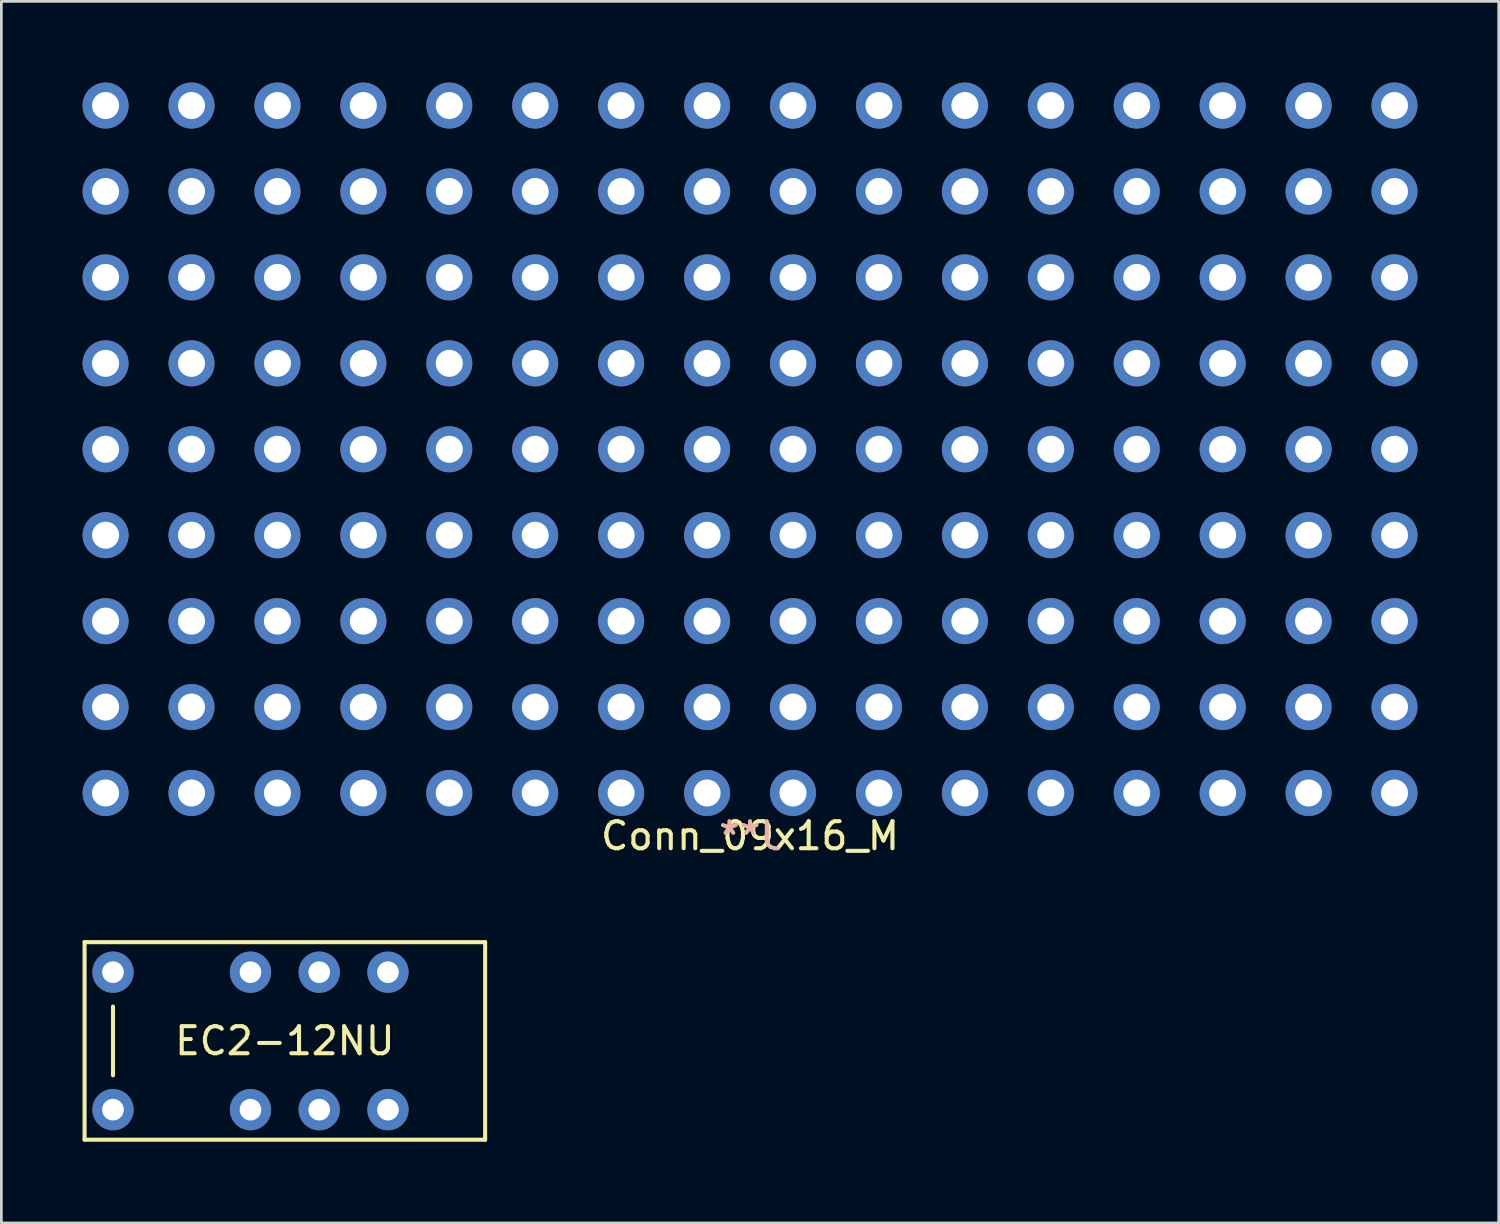
<source format=kicad_pcb>
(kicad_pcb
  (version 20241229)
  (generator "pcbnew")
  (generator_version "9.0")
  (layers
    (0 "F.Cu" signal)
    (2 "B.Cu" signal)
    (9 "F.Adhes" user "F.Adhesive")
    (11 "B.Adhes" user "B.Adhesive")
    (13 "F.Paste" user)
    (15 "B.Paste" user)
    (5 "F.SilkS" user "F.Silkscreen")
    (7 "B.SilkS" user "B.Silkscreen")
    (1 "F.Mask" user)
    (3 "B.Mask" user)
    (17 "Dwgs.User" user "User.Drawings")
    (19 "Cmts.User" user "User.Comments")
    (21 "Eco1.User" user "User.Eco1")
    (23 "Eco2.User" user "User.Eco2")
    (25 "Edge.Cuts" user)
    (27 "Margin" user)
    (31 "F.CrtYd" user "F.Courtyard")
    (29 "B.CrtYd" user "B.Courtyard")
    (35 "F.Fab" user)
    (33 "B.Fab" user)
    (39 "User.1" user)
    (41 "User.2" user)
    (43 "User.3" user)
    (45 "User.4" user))
  (footprint "Conn_09x16_M"
    (layer "F.Cu")
    (at 24.663 13.55)
    (property "Reference" "Conn_09x16_M" (at 0 14.287 0) (layer "F.SilkS") (effects (font (size 1 1) (thickness 0.15))))
    (attr through_hole)
    (fp_text user "J**" (at 0 14.287 0) (layer "B.SilkS") (effects (font (size 1 1) (thickness 0.15)) (justify mirror)))
    (pad "101" thru_hole circle (at -23.812 -12.7) (size 1.7 1.7) (drill 1) (layers "*.Cu" "*.Mask"))
    (pad "102" thru_hole circle (at -20.637 -12.7) (size 1.7 1.7) (drill 1) (layers "*.Cu" "*.Mask"))
    (pad "103" thru_hole circle (at -17.462 -12.7) (size 1.7 1.7) (drill 1) (layers "*.Cu" "*.Mask"))
    (pad "104" thru_hole circle (at -14.287 -12.7) (size 1.7 1.7) (drill 1) (layers "*.Cu" "*.Mask"))
    (pad "105" thru_hole circle (at -11.113 -12.7) (size 1.7 1.7) (drill 1) (layers "*.Cu" "*.Mask"))
    (pad "106" thru_hole circle (at -7.938 -12.7) (size 1.7 1.7) (drill 1) (layers "*.Cu" "*.Mask"))
    (pad "107" thru_hole circle (at -4.763 -12.7) (size 1.7 1.7) (drill 1) (layers "*.Cu" "*.Mask"))
    (pad "108" thru_hole circle (at -1.587 -12.7) (size 1.7 1.7) (drill 1) (layers "*.Cu" "*.Mask"))
    (pad "109" thru_hole circle (at 1.587 -12.7) (size 1.7 1.7) (drill 1) (layers "*.Cu" "*.Mask"))
    (pad "110" thru_hole circle (at 4.763 -12.7) (size 1.7 1.7) (drill 1) (layers "*.Cu" "*.Mask"))
    (pad "111" thru_hole circle (at 7.938 -12.7) (size 1.7 1.7) (drill 1) (layers "*.Cu" "*.Mask"))
    (pad "112" thru_hole circle (at 11.113 -12.7) (size 1.7 1.7) (drill 1) (layers "*.Cu" "*.Mask"))
    (pad "113" thru_hole circle (at 14.287 -12.7) (size 1.7 1.7) (drill 1) (layers "*.Cu" "*.Mask"))
    (pad "114" thru_hole circle (at 17.462 -12.7) (size 1.7 1.7) (drill 1) (layers "*.Cu" "*.Mask"))
    (pad "115" thru_hole circle (at 20.637 -12.7) (size 1.7 1.7) (drill 1) (layers "*.Cu" "*.Mask"))
    (pad "116" thru_hole circle (at 23.812 -12.7) (size 1.7 1.7) (drill 1) (layers "*.Cu" "*.Mask"))
    (pad "201" thru_hole circle (at -23.812 -9.525) (size 1.7 1.7) (drill 1) (layers "*.Cu" "*.Mask"))
    (pad "202" thru_hole circle (at -20.637 -9.525) (size 1.7 1.7) (drill 1) (layers "*.Cu" "*.Mask"))
    (pad "203" thru_hole circle (at -17.462 -9.525) (size 1.7 1.7) (drill 1) (layers "*.Cu" "*.Mask"))
    (pad "204" thru_hole circle (at -14.287 -9.525) (size 1.7 1.7) (drill 1) (layers "*.Cu" "*.Mask"))
    (pad "205" thru_hole circle (at -11.113 -9.525) (size 1.7 1.7) (drill 1) (layers "*.Cu" "*.Mask"))
    (pad "206" thru_hole circle (at -7.938 -9.525) (size 1.7 1.7) (drill 1) (layers "*.Cu" "*.Mask"))
    (pad "207" thru_hole circle (at -4.763 -9.525) (size 1.7 1.7) (drill 1) (layers "*.Cu" "*.Mask"))
    (pad "208" thru_hole circle (at -1.587 -9.525) (size 1.7 1.7) (drill 1) (layers "*.Cu" "*.Mask"))
    (pad "209" thru_hole circle (at 1.587 -9.525) (size 1.7 1.7) (drill 1) (layers "*.Cu" "*.Mask"))
    (pad "210" thru_hole circle (at 4.763 -9.525) (size 1.7 1.7) (drill 1) (layers "*.Cu" "*.Mask"))
    (pad "211" thru_hole circle (at 7.938 -9.525) (size 1.7 1.7) (drill 1) (layers "*.Cu" "*.Mask"))
    (pad "212" thru_hole circle (at 11.113 -9.525) (size 1.7 1.7) (drill 1) (layers "*.Cu" "*.Mask"))
    (pad "213" thru_hole circle (at 14.287 -9.525) (size 1.7 1.7) (drill 1) (layers "*.Cu" "*.Mask"))
    (pad "214" thru_hole circle (at 17.462 -9.525) (size 1.7 1.7) (drill 1) (layers "*.Cu" "*.Mask"))
    (pad "215" thru_hole circle (at 20.637 -9.525) (size 1.7 1.7) (drill 1) (layers "*.Cu" "*.Mask"))
    (pad "216" thru_hole circle (at 23.812 -9.525) (size 1.7 1.7) (drill 1) (layers "*.Cu" "*.Mask"))
    (pad "301" thru_hole circle (at -23.812 -6.35) (size 1.7 1.7) (drill 1) (layers "*.Cu" "*.Mask"))
    (pad "302" thru_hole circle (at -20.637 -6.35) (size 1.7 1.7) (drill 1) (layers "*.Cu" "*.Mask"))
    (pad "303" thru_hole circle (at -17.462 -6.35) (size 1.7 1.7) (drill 1) (layers "*.Cu" "*.Mask"))
    (pad "304" thru_hole circle (at -14.287 -6.35) (size 1.7 1.7) (drill 1) (layers "*.Cu" "*.Mask"))
    (pad "305" thru_hole circle (at -11.113 -6.35) (size 1.7 1.7) (drill 1) (layers "*.Cu" "*.Mask"))
    (pad "306" thru_hole circle (at -7.938 -6.35) (size 1.7 1.7) (drill 1) (layers "*.Cu" "*.Mask"))
    (pad "307" thru_hole circle (at -4.763 -6.35) (size 1.7 1.7) (drill 1) (layers "*.Cu" "*.Mask"))
    (pad "308" thru_hole circle (at -1.587 -6.35) (size 1.7 1.7) (drill 1) (layers "*.Cu" "*.Mask"))
    (pad "309" thru_hole circle (at 1.587 -6.35) (size 1.7 1.7) (drill 1) (layers "*.Cu" "*.Mask"))
    (pad "310" thru_hole circle (at 4.763 -6.35) (size 1.7 1.7) (drill 1) (layers "*.Cu" "*.Mask"))
    (pad "311" thru_hole circle (at 7.938 -6.35) (size 1.7 1.7) (drill 1) (layers "*.Cu" "*.Mask"))
    (pad "312" thru_hole circle (at 11.113 -6.35) (size 1.7 1.7) (drill 1) (layers "*.Cu" "*.Mask"))
    (pad "313" thru_hole circle (at 14.287 -6.35) (size 1.7 1.7) (drill 1) (layers "*.Cu" "*.Mask"))
    (pad "314" thru_hole circle (at 17.462 -6.35) (size 1.7 1.7) (drill 1) (layers "*.Cu" "*.Mask"))
    (pad "315" thru_hole circle (at 20.637 -6.35) (size 1.7 1.7) (drill 1) (layers "*.Cu" "*.Mask"))
    (pad "316" thru_hole circle (at 23.812 -6.35) (size 1.7 1.7) (drill 1) (layers "*.Cu" "*.Mask"))
    (pad "401" thru_hole circle (at -23.812 -3.175) (size 1.7 1.7) (drill 1) (layers "*.Cu" "*.Mask"))
    (pad "402" thru_hole circle (at -20.637 -3.175) (size 1.7 1.7) (drill 1) (layers "*.Cu" "*.Mask"))
    (pad "403" thru_hole circle (at -17.462 -3.175) (size 1.7 1.7) (drill 1) (layers "*.Cu" "*.Mask"))
    (pad "404" thru_hole circle (at -14.287 -3.175) (size 1.7 1.7) (drill 1) (layers "*.Cu" "*.Mask"))
    (pad "405" thru_hole circle (at -11.113 -3.175) (size 1.7 1.7) (drill 1) (layers "*.Cu" "*.Mask"))
    (pad "406" thru_hole circle (at -7.938 -3.175) (size 1.7 1.7) (drill 1) (layers "*.Cu" "*.Mask"))
    (pad "407" thru_hole circle (at -4.763 -3.175) (size 1.7 1.7) (drill 1) (layers "*.Cu" "*.Mask"))
    (pad "408" thru_hole circle (at -1.587 -3.175) (size 1.7 1.7) (drill 1) (layers "*.Cu" "*.Mask"))
    (pad "409" thru_hole circle (at 1.587 -3.175) (size 1.7 1.7) (drill 1) (layers "*.Cu" "*.Mask"))
    (pad "410" thru_hole circle (at 4.763 -3.175) (size 1.7 1.7) (drill 1) (layers "*.Cu" "*.Mask"))
    (pad "411" thru_hole circle (at 7.938 -3.175) (size 1.7 1.7) (drill 1) (layers "*.Cu" "*.Mask"))
    (pad "412" thru_hole circle (at 11.113 -3.175) (size 1.7 1.7) (drill 1) (layers "*.Cu" "*.Mask"))
    (pad "413" thru_hole circle (at 14.287 -3.175) (size 1.7 1.7) (drill 1) (layers "*.Cu" "*.Mask"))
    (pad "414" thru_hole circle (at 17.462 -3.175) (size 1.7 1.7) (drill 1) (layers "*.Cu" "*.Mask"))
    (pad "415" thru_hole circle (at 20.637 -3.175) (size 1.7 1.7) (drill 1) (layers "*.Cu" "*.Mask"))
    (pad "416" thru_hole circle (at 23.812 -3.175) (size 1.7 1.7) (drill 1) (layers "*.Cu" "*.Mask"))
    (pad "501" thru_hole circle (at -23.812 0) (size 1.7 1.7) (drill 1) (layers "*.Cu" "*.Mask"))
    (pad "502" thru_hole circle (at -20.637 0) (size 1.7 1.7) (drill 1) (layers "*.Cu" "*.Mask"))
    (pad "503" thru_hole circle (at -17.462 0) (size 1.7 1.7) (drill 1) (layers "*.Cu" "*.Mask"))
    (pad "504" thru_hole circle (at -14.287 0) (size 1.7 1.7) (drill 1) (layers "*.Cu" "*.Mask"))
    (pad "505" thru_hole circle (at -11.113 0) (size 1.7 1.7) (drill 1) (layers "*.Cu" "*.Mask"))
    (pad "506" thru_hole circle (at -7.938 0) (size 1.7 1.7) (drill 1) (layers "*.Cu" "*.Mask"))
    (pad "507" thru_hole circle (at -4.763 0) (size 1.7 1.7) (drill 1) (layers "*.Cu" "*.Mask"))
    (pad "508" thru_hole circle (at -1.587 0) (size 1.7 1.7) (drill 1) (layers "*.Cu" "*.Mask"))
    (pad "509" thru_hole circle (at 1.587 0) (size 1.7 1.7) (drill 1) (layers "*.Cu" "*.Mask"))
    (pad "510" thru_hole circle (at 4.763 0) (size 1.7 1.7) (drill 1) (layers "*.Cu" "*.Mask"))
    (pad "511" thru_hole circle (at 7.938 0) (size 1.7 1.7) (drill 1) (layers "*.Cu" "*.Mask"))
    (pad "512" thru_hole circle (at 11.113 0) (size 1.7 1.7) (drill 1) (layers "*.Cu" "*.Mask"))
    (pad "513" thru_hole circle (at 14.287 0) (size 1.7 1.7) (drill 1) (layers "*.Cu" "*.Mask"))
    (pad "514" thru_hole circle (at 17.462 0) (size 1.7 1.7) (drill 1) (layers "*.Cu" "*.Mask"))
    (pad "515" thru_hole circle (at 20.637 0) (size 1.7 1.7) (drill 1) (layers "*.Cu" "*.Mask"))
    (pad "516" thru_hole circle (at 23.812 0) (size 1.7 1.7) (drill 1) (layers "*.Cu" "*.Mask"))
    (pad "601" thru_hole circle (at -23.812 3.175) (size 1.7 1.7) (drill 1) (layers "*.Cu" "*.Mask"))
    (pad "602" thru_hole circle (at -20.637 3.175) (size 1.7 1.7) (drill 1) (layers "*.Cu" "*.Mask"))
    (pad "603" thru_hole circle (at -17.462 3.175) (size 1.7 1.7) (drill 1) (layers "*.Cu" "*.Mask"))
    (pad "604" thru_hole circle (at -14.287 3.175) (size 1.7 1.7) (drill 1) (layers "*.Cu" "*.Mask"))
    (pad "605" thru_hole circle (at -11.113 3.175) (size 1.7 1.7) (drill 1) (layers "*.Cu" "*.Mask"))
    (pad "606" thru_hole circle (at -7.938 3.175) (size 1.7 1.7) (drill 1) (layers "*.Cu" "*.Mask"))
    (pad "607" thru_hole circle (at -4.763 3.175) (size 1.7 1.7) (drill 1) (layers "*.Cu" "*.Mask"))
    (pad "608" thru_hole circle (at -1.587 3.175) (size 1.7 1.7) (drill 1) (layers "*.Cu" "*.Mask"))
    (pad "609" thru_hole circle (at 1.587 3.175) (size 1.7 1.7) (drill 1) (layers "*.Cu" "*.Mask"))
    (pad "610" thru_hole circle (at 4.763 3.175) (size 1.7 1.7) (drill 1) (layers "*.Cu" "*.Mask"))
    (pad "611" thru_hole circle (at 7.938 3.175) (size 1.7 1.7) (drill 1) (layers "*.Cu" "*.Mask"))
    (pad "612" thru_hole circle (at 11.113 3.175) (size 1.7 1.7) (drill 1) (layers "*.Cu" "*.Mask"))
    (pad "613" thru_hole circle (at 14.287 3.175) (size 1.7 1.7) (drill 1) (layers "*.Cu" "*.Mask"))
    (pad "614" thru_hole circle (at 17.462 3.175) (size 1.7 1.7) (drill 1) (layers "*.Cu" "*.Mask"))
    (pad "615" thru_hole circle (at 20.637 3.175) (size 1.7 1.7) (drill 1) (layers "*.Cu" "*.Mask"))
    (pad "616" thru_hole circle (at 23.812 3.175) (size 1.7 1.7) (drill 1) (layers "*.Cu" "*.Mask"))
    (pad "701" thru_hole circle (at -23.812 6.35) (size 1.7 1.7) (drill 1) (layers "*.Cu" "*.Mask"))
    (pad "702" thru_hole circle (at -20.637 6.35) (size 1.7 1.7) (drill 1) (layers "*.Cu" "*.Mask"))
    (pad "703" thru_hole circle (at -17.462 6.35) (size 1.7 1.7) (drill 1) (layers "*.Cu" "*.Mask"))
    (pad "704" thru_hole circle (at -14.287 6.35) (size 1.7 1.7) (drill 1) (layers "*.Cu" "*.Mask"))
    (pad "705" thru_hole circle (at -11.113 6.35) (size 1.7 1.7) (drill 1) (layers "*.Cu" "*.Mask"))
    (pad "706" thru_hole circle (at -7.938 6.35) (size 1.7 1.7) (drill 1) (layers "*.Cu" "*.Mask"))
    (pad "707" thru_hole circle (at -4.763 6.35) (size 1.7 1.7) (drill 1) (layers "*.Cu" "*.Mask"))
    (pad "708" thru_hole circle (at -1.587 6.35) (size 1.7 1.7) (drill 1) (layers "*.Cu" "*.Mask"))
    (pad "709" thru_hole circle (at 1.587 6.35) (size 1.7 1.7) (drill 1) (layers "*.Cu" "*.Mask"))
    (pad "710" thru_hole circle (at 4.763 6.35) (size 1.7 1.7) (drill 1) (layers "*.Cu" "*.Mask"))
    (pad "711" thru_hole circle (at 7.938 6.35) (size 1.7 1.7) (drill 1) (layers "*.Cu" "*.Mask"))
    (pad "712" thru_hole circle (at 11.113 6.35) (size 1.7 1.7) (drill 1) (layers "*.Cu" "*.Mask"))
    (pad "713" thru_hole circle (at 14.287 6.35) (size 1.7 1.7) (drill 1) (layers "*.Cu" "*.Mask"))
    (pad "714" thru_hole circle (at 17.462 6.35) (size 1.7 1.7) (drill 1) (layers "*.Cu" "*.Mask"))
    (pad "715" thru_hole circle (at 20.637 6.35) (size 1.7 1.7) (drill 1) (layers "*.Cu" "*.Mask"))
    (pad "716" thru_hole circle (at 23.812 6.35) (size 1.7 1.7) (drill 1) (layers "*.Cu" "*.Mask"))
    (pad "801" thru_hole circle (at -23.812 9.525) (size 1.7 1.7) (drill 1) (layers "*.Cu" "*.Mask"))
    (pad "802" thru_hole circle (at -20.637 9.525) (size 1.7 1.7) (drill 1) (layers "*.Cu" "*.Mask"))
    (pad "803" thru_hole circle (at -17.462 9.525) (size 1.7 1.7) (drill 1) (layers "*.Cu" "*.Mask"))
    (pad "804" thru_hole circle (at -14.287 9.525) (size 1.7 1.7) (drill 1) (layers "*.Cu" "*.Mask"))
    (pad "805" thru_hole circle (at -11.113 9.525) (size 1.7 1.7) (drill 1) (layers "*.Cu" "*.Mask"))
    (pad "806" thru_hole circle (at -7.938 9.525) (size 1.7 1.7) (drill 1) (layers "*.Cu" "*.Mask"))
    (pad "807" thru_hole circle (at -4.763 9.525) (size 1.7 1.7) (drill 1) (layers "*.Cu" "*.Mask"))
    (pad "808" thru_hole circle (at -1.587 9.525) (size 1.7 1.7) (drill 1) (layers "*.Cu" "*.Mask"))
    (pad "809" thru_hole circle (at 1.587 9.525) (size 1.7 1.7) (drill 1) (layers "*.Cu" "*.Mask"))
    (pad "810" thru_hole circle (at 4.763 9.525) (size 1.7 1.7) (drill 1) (layers "*.Cu" "*.Mask"))
    (pad "811" thru_hole circle (at 7.938 9.525) (size 1.7 1.7) (drill 1) (layers "*.Cu" "*.Mask"))
    (pad "812" thru_hole circle (at 11.113 9.525) (size 1.7 1.7) (drill 1) (layers "*.Cu" "*.Mask"))
    (pad "813" thru_hole circle (at 14.287 9.525) (size 1.7 1.7) (drill 1) (layers "*.Cu" "*.Mask"))
    (pad "814" thru_hole circle (at 17.462 9.525) (size 1.7 1.7) (drill 1) (layers "*.Cu" "*.Mask"))
    (pad "815" thru_hole circle (at 20.637 9.525) (size 1.7 1.7) (drill 1) (layers "*.Cu" "*.Mask"))
    (pad "816" thru_hole circle (at 23.812 9.525) (size 1.7 1.7) (drill 1) (layers "*.Cu" "*.Mask"))
    (pad "901" thru_hole circle (at -23.812 12.7) (size 1.7 1.7) (drill 1) (layers "*.Cu" "*.Mask"))
    (pad "902" thru_hole circle (at -20.637 12.7) (size 1.7 1.7) (drill 1) (layers "*.Cu" "*.Mask"))
    (pad "903" thru_hole circle (at -17.462 12.7) (size 1.7 1.7) (drill 1) (layers "*.Cu" "*.Mask"))
    (pad "904" thru_hole circle (at -14.287 12.7) (size 1.7 1.7) (drill 1) (layers "*.Cu" "*.Mask"))
    (pad "905" thru_hole circle (at -11.113 12.7) (size 1.7 1.7) (drill 1) (layers "*.Cu" "*.Mask"))
    (pad "906" thru_hole circle (at -7.938 12.7) (size 1.7 1.7) (drill 1) (layers "*.Cu" "*.Mask"))
    (pad "907" thru_hole circle (at -4.763 12.7) (size 1.7 1.7) (drill 1) (layers "*.Cu" "*.Mask"))
    (pad "908" thru_hole circle (at -1.587 12.7) (size 1.7 1.7) (drill 1) (layers "*.Cu" "*.Mask"))
    (pad "909" thru_hole circle (at 1.587 12.7) (size 1.7 1.7) (drill 1) (layers "*.Cu" "*.Mask"))
    (pad "910" thru_hole circle (at 4.763 12.7) (size 1.7 1.7) (drill 1) (layers "*.Cu" "*.Mask"))
    (pad "911" thru_hole circle (at 7.938 12.7) (size 1.7 1.7) (drill 1) (layers "*.Cu" "*.Mask"))
    (pad "912" thru_hole circle (at 11.113 12.7) (size 1.7 1.7) (drill 1) (layers "*.Cu" "*.Mask"))
    (pad "913" thru_hole circle (at 14.287 12.7) (size 1.7 1.7) (drill 1) (layers "*.Cu" "*.Mask"))
    (pad "914" thru_hole circle (at 17.462 12.7) (size 1.7 1.7) (drill 1) (layers "*.Cu" "*.Mask"))
    (pad "915" thru_hole circle (at 20.637 12.7) (size 1.7 1.7) (drill 1) (layers "*.Cu" "*.Mask"))
    (pad "916" thru_hole circle (at 23.812 12.7) (size 1.7 1.7) (drill 1) (layers "*.Cu" "*.Mask")))
  (footprint "EC2-12NU"
    (layer "F.Cu")
    (at 7.475 35.411)
    (property "Reference" "EC2-12NU" (at 0 0 0) (layer "F.SilkS") (effects (font (size 1 1) (thickness 0.15))))
    (attr through_hole)
    (fp_line (start -7.4 -3.65) (end -7.4 3.65) (stroke (width 0.15) (type solid)) (layer "F.SilkS"))
    (fp_line (start -7.4 3.65) (end 7.4 3.65) (stroke (width 0.15) (type solid)) (layer "F.SilkS"))
    (fp_line (start -6.35 -1.27) (end -6.35 1.27) (stroke (width 0.15) (type solid)) (layer "F.SilkS"))
    (fp_line (start 7.4 -3.65) (end -7.4 -3.65) (stroke (width 0.15) (type solid)) (layer "F.SilkS"))
    (fp_line (start 7.4 3.65) (end 7.4 -3.65) (stroke (width 0.15) (type solid)) (layer "F.SilkS"))
    (pad "1" thru_hole circle (at -6.35 2.54) (size 1.524 1.524) (drill 0.8) (layers "*.Cu" "*.Mask"))
    (pad "3" thru_hole circle (at -1.27 2.54) (size 1.524 1.524) (drill 0.8) (layers "*.Cu" "*.Mask"))
    (pad "4" thru_hole circle (at 1.27 2.54) (size 1.524 1.524) (drill 0.8) (layers "*.Cu" "*.Mask"))
    (pad "5" thru_hole circle (at 3.81 2.54) (size 1.524 1.524) (drill 0.8) (layers "*.Cu" "*.Mask"))
    (pad "8" thru_hole circle (at 3.81 -2.54) (size 1.524 1.524) (drill 0.8) (layers "*.Cu" "*.Mask"))
    (pad "9" thru_hole circle (at 1.27 -2.54) (size 1.524 1.524) (drill 0.8) (layers "*.Cu" "*.Mask"))
    (pad "10" thru_hole circle (at -1.27 -2.54) (size 1.524 1.524) (drill 0.8) (layers "*.Cu" "*.Mask"))
    (pad "12" thru_hole circle (at -6.35 -2.54) (size 1.524 1.524) (drill 0.8) (layers "*.Cu" "*.Mask")))
  (gr_rect
    (start -3 -3)
    (end 52.325 42.136)
    (stroke (width 0.1) (type default))
    (fill no)
    (layer "Edge.Cuts")))
</source>
